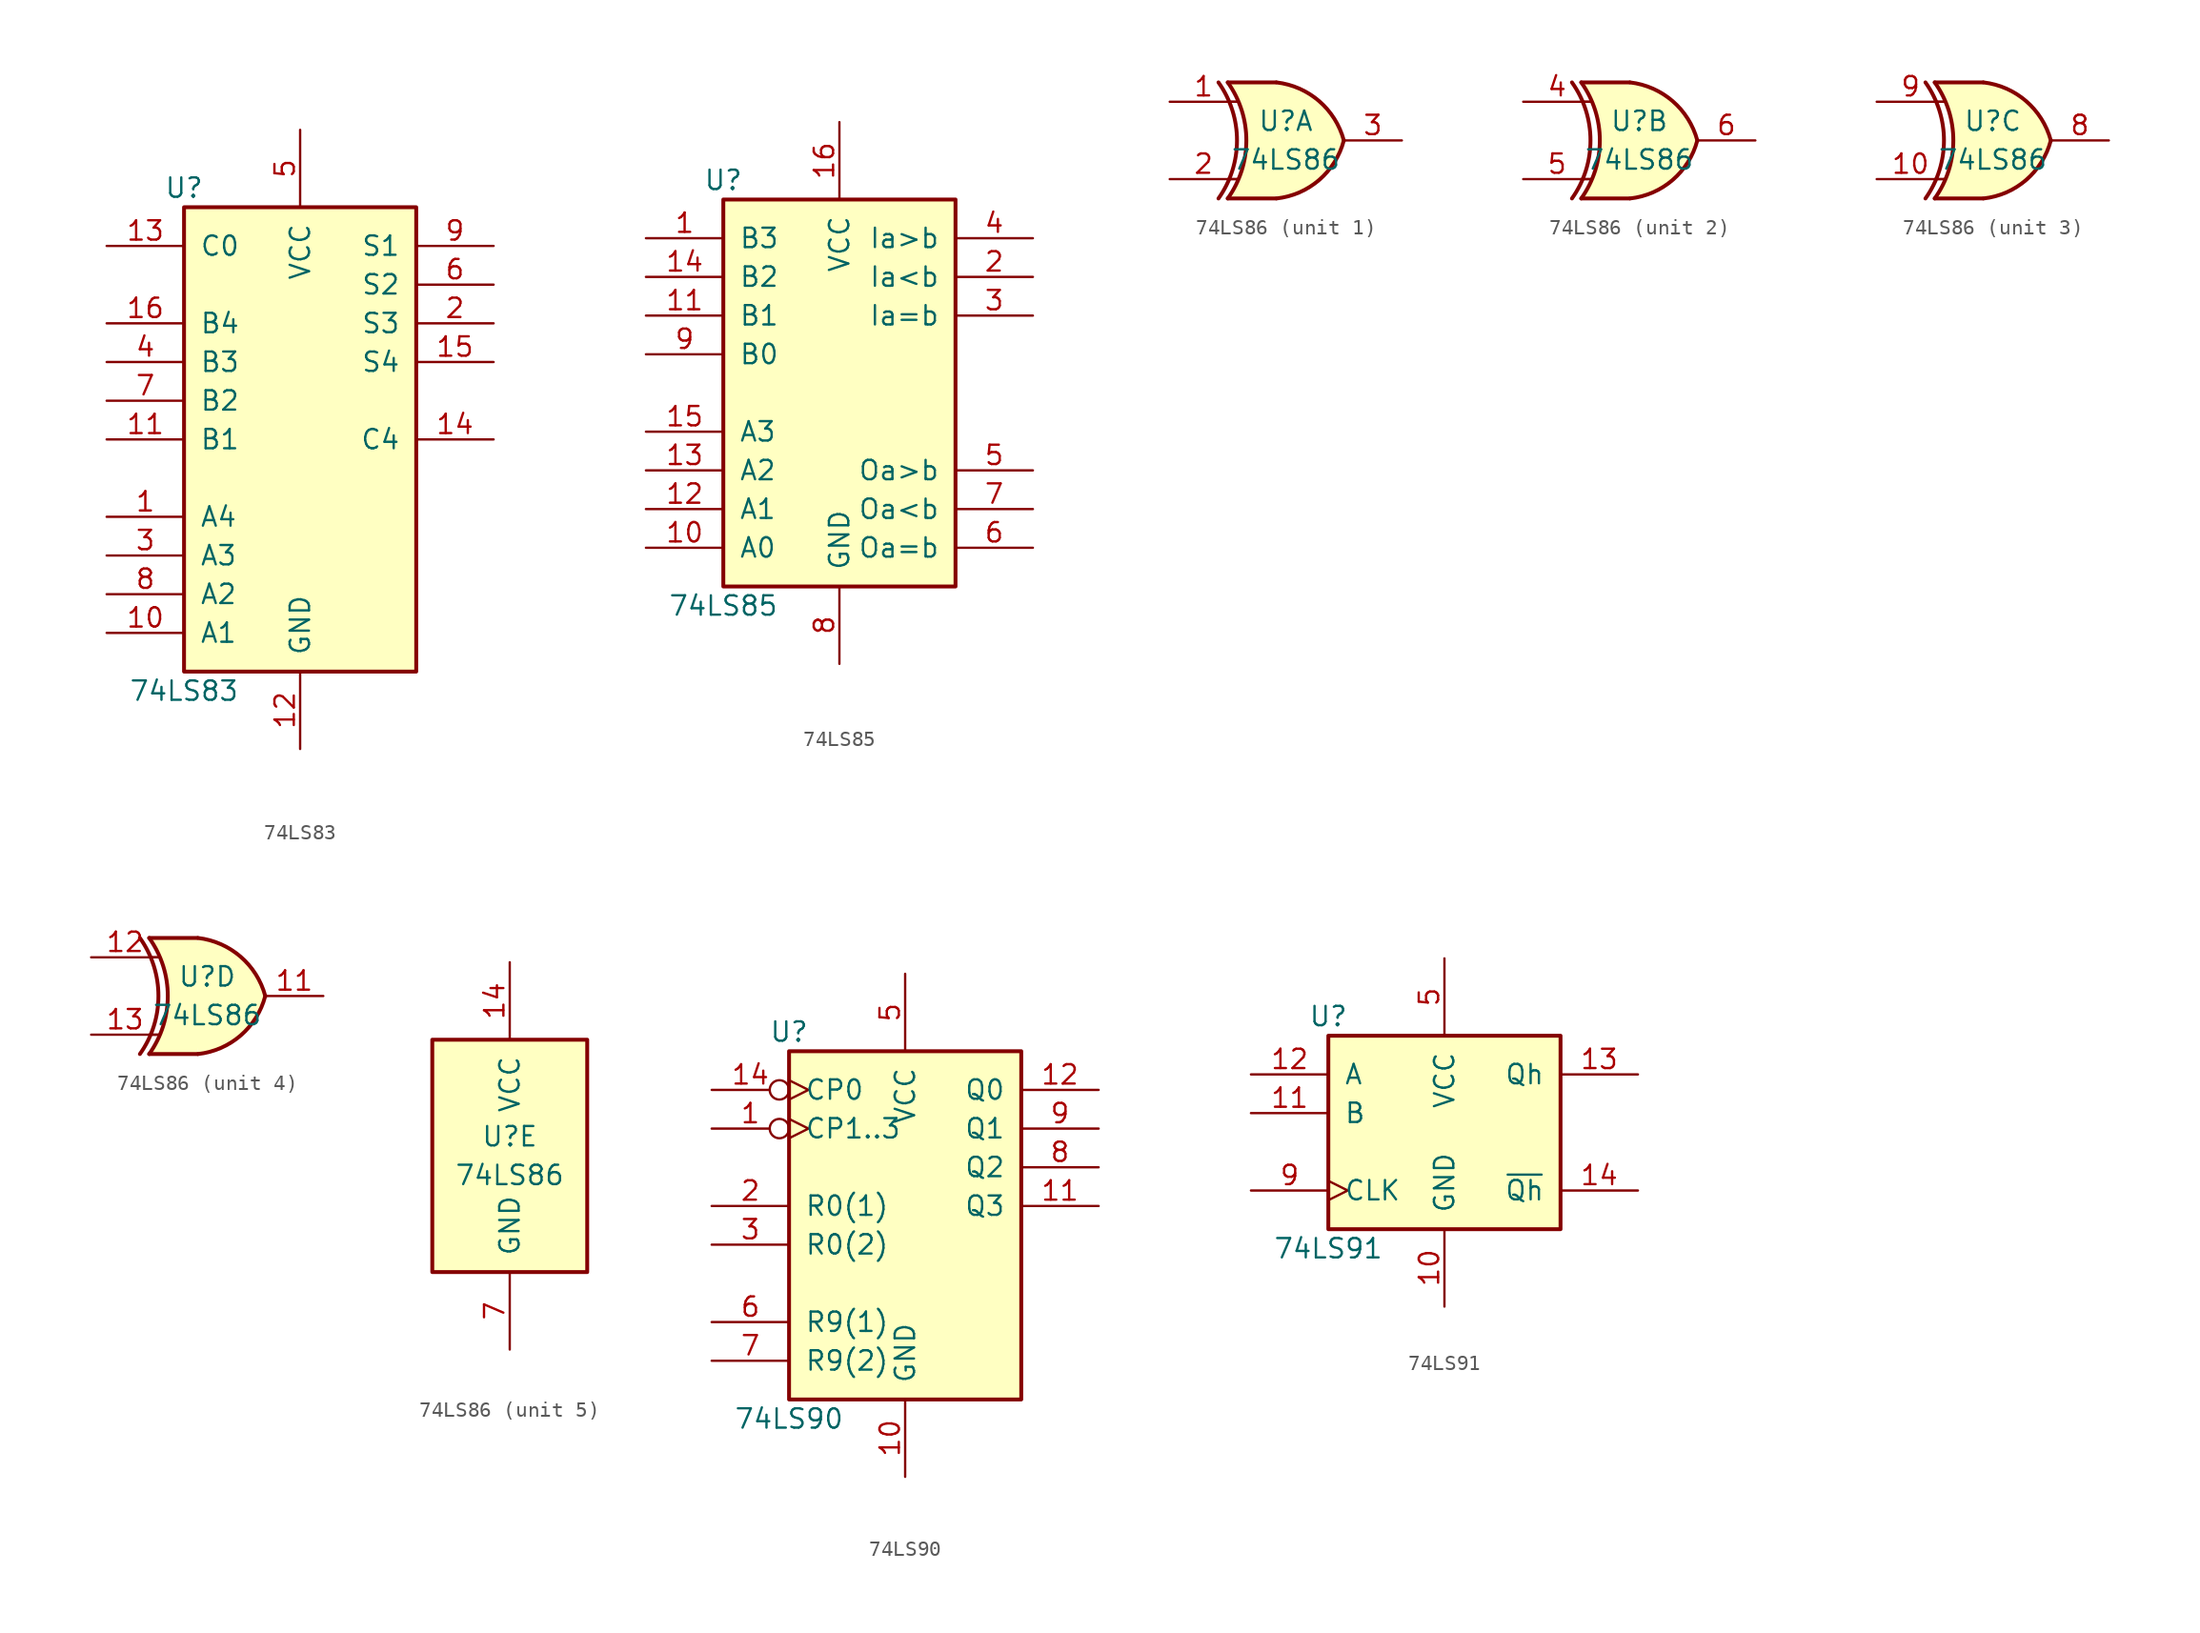
<source format=kicad_sym>
(kicad_symbol_lib
  (version 20201005)
  (generator kicad_symbol_editor)
  (symbol "74LS83"
    (pin_names
      (offset 1.016))
    (property "Reference" "U"
      (at -7.62 16.51 0)
      (effects (font (size 1.27 1.27))))
    (property "Value" "74LS83"
      (at -7.62 -16.51 0)
      (effects (font (size 1.27 1.27))))
    (property "ki_locked" ""
      (at 0 0 0)
      (effects (font (size 1.27 1.27))))
    (symbol "74LS83_1_0"
      (pin input line (at -12.7 -5.08 0) (length 5.08) (name "A4" (effects (font (size 1.27 1.27)))) (number "1" (effects (font (size 1.27 1.27)))))
      (pin input line (at -12.7 -12.7 0) (length 5.08) (name "A1" (effects (font (size 1.27 1.27)))) (number "10" (effects (font (size 1.27 1.27)))))
      (pin input line (at -12.7 0 0) (length 5.08) (name "B1" (effects (font (size 1.27 1.27)))) (number "11" (effects (font (size 1.27 1.27)))))
      (pin power_in line (at 0 -20.32 90) (length 5.08) (name "GND" (effects (font (size 1.27 1.27)))) (number "12" (effects (font (size 1.27 1.27)))))
      (pin input line (at -12.7 12.7 0) (length 5.08) (name "C0" (effects (font (size 1.27 1.27)))) (number "13" (effects (font (size 1.27 1.27)))))
      (pin output line (at 12.7 0 180) (length 5.08) (name "C4" (effects (font (size 1.27 1.27)))) (number "14" (effects (font (size 1.27 1.27)))))
      (pin output line (at 12.7 5.08 180) (length 5.08) (name "S4" (effects (font (size 1.27 1.27)))) (number "15" (effects (font (size 1.27 1.27)))))
      (pin input line (at -12.7 7.62 0) (length 5.08) (name "B4" (effects (font (size 1.27 1.27)))) (number "16" (effects (font (size 1.27 1.27)))))
      (pin output line (at 12.7 7.62 180) (length 5.08) (name "S3" (effects (font (size 1.27 1.27)))) (number "2" (effects (font (size 1.27 1.27)))))
      (pin input line (at -12.7 -7.62 0) (length 5.08) (name "A3" (effects (font (size 1.27 1.27)))) (number "3" (effects (font (size 1.27 1.27)))))
      (pin input line (at -12.7 5.08 0) (length 5.08) (name "B3" (effects (font (size 1.27 1.27)))) (number "4" (effects (font (size 1.27 1.27)))))
      (pin power_in line (at 0 20.32 270) (length 5.08) (name "VCC" (effects (font (size 1.27 1.27)))) (number "5" (effects (font (size 1.27 1.27)))))
      (pin output line (at 12.7 10.16 180) (length 5.08) (name "S2" (effects (font (size 1.27 1.27)))) (number "6" (effects (font (size 1.27 1.27)))))
      (pin input line (at -12.7 2.54 0) (length 5.08) (name "B2" (effects (font (size 1.27 1.27)))) (number "7" (effects (font (size 1.27 1.27)))))
      (pin input line (at -12.7 -10.16 0) (length 5.08) (name "A2" (effects (font (size 1.27 1.27)))) (number "8" (effects (font (size 1.27 1.27)))))
      (pin output line (at 12.7 12.7 180) (length 5.08) (name "S1" (effects (font (size 1.27 1.27)))) (number "9" (effects (font (size 1.27 1.27))))))
    (symbol "74LS83_1_1"
      (rectangle (start -7.62 15.24) (end 7.62 -15.24) (stroke (width 0.254)) (fill (type background)))))
  (symbol "74LS85"
    (pin_names
      (offset 1.016))
    (property "Reference" "U"
      (at -7.62 13.97 0)
      (effects (font (size 1.27 1.27))))
    (property "Value" "74LS85"
      (at -7.62 -13.97 0)
      (effects (font (size 1.27 1.27))))
    (property "ki_locked" ""
      (at 0 0 0)
      (effects (font (size 1.27 1.27))))
    (symbol "74LS85_1_0"
      (pin input line (at -12.7 10.16 0) (length 5.08) (name "B3" (effects (font (size 1.27 1.27)))) (number "1" (effects (font (size 1.27 1.27)))))
      (pin input line (at -12.7 -10.16 0) (length 5.08) (name "A0" (effects (font (size 1.27 1.27)))) (number "10" (effects (font (size 1.27 1.27)))))
      (pin input line (at -12.7 5.08 0) (length 5.08) (name "B1" (effects (font (size 1.27 1.27)))) (number "11" (effects (font (size 1.27 1.27)))))
      (pin input line (at -12.7 -7.62 0) (length 5.08) (name "A1" (effects (font (size 1.27 1.27)))) (number "12" (effects (font (size 1.27 1.27)))))
      (pin input line (at -12.7 -5.08 0) (length 5.08) (name "A2" (effects (font (size 1.27 1.27)))) (number "13" (effects (font (size 1.27 1.27)))))
      (pin input line (at -12.7 7.62 0) (length 5.08) (name "B2" (effects (font (size 1.27 1.27)))) (number "14" (effects (font (size 1.27 1.27)))))
      (pin input line (at -12.7 -2.54 0) (length 5.08) (name "A3" (effects (font (size 1.27 1.27)))) (number "15" (effects (font (size 1.27 1.27)))))
      (pin power_in line (at 0 17.78 270) (length 5.08) (name "VCC" (effects (font (size 1.27 1.27)))) (number "16" (effects (font (size 1.27 1.27)))))
      (pin input line (at 12.7 7.62 180) (length 5.08) (name "Ia<b" (effects (font (size 1.27 1.27)))) (number "2" (effects (font (size 1.27 1.27)))))
      (pin input line (at 12.7 5.08 180) (length 5.08) (name "Ia=b" (effects (font (size 1.27 1.27)))) (number "3" (effects (font (size 1.27 1.27)))))
      (pin input line (at 12.7 10.16 180) (length 5.08) (name "Ia>b" (effects (font (size 1.27 1.27)))) (number "4" (effects (font (size 1.27 1.27)))))
      (pin output line (at 12.7 -5.08 180) (length 5.08) (name "Oa>b" (effects (font (size 1.27 1.27)))) (number "5" (effects (font (size 1.27 1.27)))))
      (pin output line (at 12.7 -10.16 180) (length 5.08) (name "Oa=b" (effects (font (size 1.27 1.27)))) (number "6" (effects (font (size 1.27 1.27)))))
      (pin output line (at 12.7 -7.62 180) (length 5.08) (name "Oa<b" (effects (font (size 1.27 1.27)))) (number "7" (effects (font (size 1.27 1.27)))))
      (pin power_in line (at 0 -17.78 90) (length 5.08) (name "GND" (effects (font (size 1.27 1.27)))) (number "8" (effects (font (size 1.27 1.27)))))
      (pin input line (at -12.7 2.54 0) (length 5.08) (name "B0" (effects (font (size 1.27 1.27)))) (number "9" (effects (font (size 1.27 1.27))))))
    (symbol "74LS85_1_1"
      (rectangle (start -7.62 12.7) (end 7.62 -12.7) (stroke (width 0.254)) (fill (type background)))))
  (symbol "74LS86"
    (pin_names
      (offset 1.016))
    (property "Reference" "U"
      (at 0 1.27 0)
      (effects (font (size 1.27 1.27))))
    (property "Value" "74LS86"
      (at 0 -1.27 0)
      (effects (font (size 1.27 1.27))))
    (property "ki_locked" ""
      (at 0 0 0)
      (effects (font (size 1.27 1.27))))
    (symbol "74LS86_1_0"
      (arc (start -4.4196 3.81) (end -4.4196 -3.81) (radius (at -9.779 0) (length 6.5532) (angles 35.4 -35.4)) (stroke (width 0.254)) (fill (type none)))
      (arc (start -3.81 3.81) (end -3.81 -3.81) (radius (at -9.144 0) (length 6.5532) (angles 35.4 -35.4)) (stroke (width 0.254)) (fill (type none)))
      (arc (start 3.81 0) (end -0.6096 3.81) (radius (at -1.1938 -1.3208) (length 5.1816) (angles 15 83.7)) (stroke (width 0.254)) (fill (type background)))
      (arc (start 3.81 0) (end -0.6096 -3.81) (radius (at -1.1938 1.3208) (length 5.1816) (angles -15 -83.7)) (stroke (width 0.254)) (fill (type background)))
      (polyline (pts (xy -3.81 -3.81) (xy -0.635 -3.81)) (stroke (width 0.254)) (fill (type background)))
      (polyline (pts (xy -3.81 3.81) (xy -0.635 3.81)) (stroke (width 0.254)) (fill (type background)))
      (polyline (pts (xy -0.635 3.81) (xy -3.81 3.81) (xy -3.81 3.81) (xy -3.556 3.404) (xy -3.023 2.261) (xy -2.692 1.041) (xy -2.616 -0.254) (xy -2.769 -1.499) (xy -3.175 -2.718) (xy -3.81 -3.81) (xy -3.81 -3.81) (xy -0.635 -3.81)) (stroke (width -25.4)) (fill (type background)))
      (pin input line (at -7.62 2.54 0) (length 4.445) (name "~" (effects (font (size 1.27 1.27)))) (number "1" (effects (font (size 1.27 1.27)))))
      (pin input line (at -7.62 -2.54 0) (length 4.445) (name "~" (effects (font (size 1.27 1.27)))) (number "2" (effects (font (size 1.27 1.27)))))
      (pin output line (at 7.62 0 180) (length 3.81) (name "~" (effects (font (size 1.27 1.27)))) (number "3" (effects (font (size 1.27 1.27))))))
    (symbol "74LS86_1_1"
      (polyline (pts (xy -3.81 -2.54) (xy -3.175 -2.54)) (stroke (width 0.152)) (fill (type none)))
      (polyline (pts (xy -3.81 2.54) (xy -3.175 2.54)) (stroke (width 0.152)) (fill (type none))))
    (symbol "74LS86_2_0"
      (arc (start -4.4196 3.81) (end -4.4196 -3.81) (radius (at -9.779 0) (length 6.5532) (angles 35.4 -35.4)) (stroke (width 0.254)) (fill (type none)))
      (arc (start -3.81 3.81) (end -3.81 -3.81) (radius (at -9.144 0) (length 6.5532) (angles 35.4 -35.4)) (stroke (width 0.254)) (fill (type none)))
      (arc (start 3.81 0) (end -0.6096 3.81) (radius (at -1.1938 -1.3208) (length 5.1816) (angles 15 83.7)) (stroke (width 0.254)) (fill (type background)))
      (arc (start 3.81 0) (end -0.6096 -3.81) (radius (at -1.1938 1.3208) (length 5.1816) (angles -15 -83.7)) (stroke (width 0.254)) (fill (type background)))
      (polyline (pts (xy -3.81 -3.81) (xy -0.635 -3.81)) (stroke (width 0.254)) (fill (type background)))
      (polyline (pts (xy -3.81 3.81) (xy -0.635 3.81)) (stroke (width 0.254)) (fill (type background)))
      (polyline (pts (xy -0.635 3.81) (xy -3.81 3.81) (xy -3.81 3.81) (xy -3.556 3.404) (xy -3.023 2.261) (xy -2.692 1.041) (xy -2.616 -0.254) (xy -2.769 -1.499) (xy -3.175 -2.718) (xy -3.81 -3.81) (xy -3.81 -3.81) (xy -0.635 -3.81)) (stroke (width -25.4)) (fill (type background)))
      (pin input line (at -7.62 2.54 0) (length 4.445) (name "~" (effects (font (size 1.27 1.27)))) (number "4" (effects (font (size 1.27 1.27)))))
      (pin input line (at -7.62 -2.54 0) (length 4.445) (name "~" (effects (font (size 1.27 1.27)))) (number "5" (effects (font (size 1.27 1.27)))))
      (pin output line (at 7.62 0 180) (length 3.81) (name "~" (effects (font (size 1.27 1.27)))) (number "6" (effects (font (size 1.27 1.27))))))
    (symbol "74LS86_2_1"
      (polyline (pts (xy -3.81 -2.54) (xy -3.175 -2.54)) (stroke (width 0.152)) (fill (type none)))
      (polyline (pts (xy -3.81 2.54) (xy -3.175 2.54)) (stroke (width 0.152)) (fill (type none))))
    (symbol "74LS86_3_0"
      (arc (start -4.4196 3.81) (end -4.4196 -3.81) (radius (at -9.779 0) (length 6.5532) (angles 35.4 -35.4)) (stroke (width 0.254)) (fill (type none)))
      (arc (start -3.81 3.81) (end -3.81 -3.81) (radius (at -9.144 0) (length 6.5532) (angles 35.4 -35.4)) (stroke (width 0.254)) (fill (type none)))
      (arc (start 3.81 0) (end -0.6096 3.81) (radius (at -1.1938 -1.3208) (length 5.1816) (angles 15 83.7)) (stroke (width 0.254)) (fill (type background)))
      (arc (start 3.81 0) (end -0.6096 -3.81) (radius (at -1.1938 1.3208) (length 5.1816) (angles -15 -83.7)) (stroke (width 0.254)) (fill (type background)))
      (polyline (pts (xy -3.81 -3.81) (xy -0.635 -3.81)) (stroke (width 0.254)) (fill (type background)))
      (polyline (pts (xy -3.81 3.81) (xy -0.635 3.81)) (stroke (width 0.254)) (fill (type background)))
      (polyline (pts (xy -0.635 3.81) (xy -3.81 3.81) (xy -3.81 3.81) (xy -3.556 3.404) (xy -3.023 2.261) (xy -2.692 1.041) (xy -2.616 -0.254) (xy -2.769 -1.499) (xy -3.175 -2.718) (xy -3.81 -3.81) (xy -3.81 -3.81) (xy -0.635 -3.81)) (stroke (width -25.4)) (fill (type background)))
      (pin input line (at -7.62 -2.54 0) (length 4.445) (name "~" (effects (font (size 1.27 1.27)))) (number "10" (effects (font (size 1.27 1.27)))))
      (pin output line (at 7.62 0 180) (length 3.81) (name "~" (effects (font (size 1.27 1.27)))) (number "8" (effects (font (size 1.27 1.27)))))
      (pin input line (at -7.62 2.54 0) (length 4.445) (name "~" (effects (font (size 1.27 1.27)))) (number "9" (effects (font (size 1.27 1.27))))))
    (symbol "74LS86_3_1"
      (polyline (pts (xy -3.81 -2.54) (xy -3.175 -2.54)) (stroke (width 0.152)) (fill (type none)))
      (polyline (pts (xy -3.81 2.54) (xy -3.175 2.54)) (stroke (width 0.152)) (fill (type none))))
    (symbol "74LS86_4_0"
      (arc (start -4.4196 3.81) (end -4.4196 -3.81) (radius (at -9.779 0) (length 6.5532) (angles 35.4 -35.4)) (stroke (width 0.254)) (fill (type none)))
      (arc (start -3.81 3.81) (end -3.81 -3.81) (radius (at -9.144 0) (length 6.5532) (angles 35.4 -35.4)) (stroke (width 0.254)) (fill (type none)))
      (arc (start 3.81 0) (end -0.6096 3.81) (radius (at -1.1938 -1.3208) (length 5.1816) (angles 15 83.7)) (stroke (width 0.254)) (fill (type background)))
      (arc (start 3.81 0) (end -0.6096 -3.81) (radius (at -1.1938 1.3208) (length 5.1816) (angles -15 -83.7)) (stroke (width 0.254)) (fill (type background)))
      (polyline (pts (xy -3.81 -3.81) (xy -0.635 -3.81)) (stroke (width 0.254)) (fill (type background)))
      (polyline (pts (xy -3.81 3.81) (xy -0.635 3.81)) (stroke (width 0.254)) (fill (type background)))
      (polyline (pts (xy -0.635 3.81) (xy -3.81 3.81) (xy -3.81 3.81) (xy -3.556 3.404) (xy -3.023 2.261) (xy -2.692 1.041) (xy -2.616 -0.254) (xy -2.769 -1.499) (xy -3.175 -2.718) (xy -3.81 -3.81) (xy -3.81 -3.81) (xy -0.635 -3.81)) (stroke (width -25.4)) (fill (type background)))
      (pin output line (at 7.62 0 180) (length 3.81) (name "~" (effects (font (size 1.27 1.27)))) (number "11" (effects (font (size 1.27 1.27)))))
      (pin input line (at -7.62 2.54 0) (length 4.445) (name "~" (effects (font (size 1.27 1.27)))) (number "12" (effects (font (size 1.27 1.27)))))
      (pin input line (at -7.62 -2.54 0) (length 4.445) (name "~" (effects (font (size 1.27 1.27)))) (number "13" (effects (font (size 1.27 1.27))))))
    (symbol "74LS86_4_1"
      (polyline (pts (xy -3.81 -2.54) (xy -3.175 -2.54)) (stroke (width 0.152)) (fill (type none)))
      (polyline (pts (xy -3.81 2.54) (xy -3.175 2.54)) (stroke (width 0.152)) (fill (type none))))
    (symbol "74LS86_5_0"
      (pin power_in line (at 0 12.7 270) (length 5.08) (name "VCC" (effects (font (size 1.27 1.27)))) (number "14" (effects (font (size 1.27 1.27)))))
      (pin power_in line (at 0 -12.7 90) (length 5.08) (name "GND" (effects (font (size 1.27 1.27)))) (number "7" (effects (font (size 1.27 1.27))))))
    (symbol "74LS86_5_1"
      (rectangle (start -5.08 7.62) (end 5.08 -7.62) (stroke (width 0.254)) (fill (type background)))))
  (symbol "74LS90"
    (pin_names
      (offset 1.016))
    (property "Reference" "U"
      (at -7.62 11.43 0)
      (effects (font (size 1.27 1.27))))
    (property "Value" "74LS90"
      (at -7.62 -13.97 0)
      (effects (font (size 1.27 1.27))))
    (property "ki_locked" ""
      (at 0 0 0)
      (effects (font (size 1.27 1.27))))
    (symbol "74LS90_1_0"
      (pin input inverted_clock (at -12.7 5.08 0) (length 5.08) (name "CP1..3" (effects (font (size 1.27 1.27)))) (number "1" (effects (font (size 1.27 1.27)))))
      (pin power_in line (at 0 -17.78 90) (length 5.08) (name "GND" (effects (font (size 1.27 1.27)))) (number "10" (effects (font (size 1.27 1.27)))))
      (pin output line (at 12.7 0 180) (length 5.08) (name "Q3" (effects (font (size 1.27 1.27)))) (number "11" (effects (font (size 1.27 1.27)))))
      (pin output line (at 12.7 7.62 180) (length 5.08) (name "Q0" (effects (font (size 1.27 1.27)))) (number "12" (effects (font (size 1.27 1.27)))))
      (pin input inverted_clock (at -12.7 7.62 0) (length 5.08) (name "CP0" (effects (font (size 1.27 1.27)))) (number "14" (effects (font (size 1.27 1.27)))))
      (pin input line (at -12.7 0 0) (length 5.08) (name "R0(1)" (effects (font (size 1.27 1.27)))) (number "2" (effects (font (size 1.27 1.27)))))
      (pin input line (at -12.7 -2.54 0) (length 5.08) (name "R0(2)" (effects (font (size 1.27 1.27)))) (number "3" (effects (font (size 1.27 1.27)))))
      (pin power_in line (at 0 15.24 270) (length 5.08) (name "VCC" (effects (font (size 1.27 1.27)))) (number "5" (effects (font (size 1.27 1.27)))))
      (pin input line (at -12.7 -7.62 0) (length 5.08) (name "R9(1)" (effects (font (size 1.27 1.27)))) (number "6" (effects (font (size 1.27 1.27)))))
      (pin input line (at -12.7 -10.16 0) (length 5.08) (name "R9(2)" (effects (font (size 1.27 1.27)))) (number "7" (effects (font (size 1.27 1.27)))))
      (pin output line (at 12.7 2.54 180) (length 5.08) (name "Q2" (effects (font (size 1.27 1.27)))) (number "8" (effects (font (size 1.27 1.27)))))
      (pin output line (at 12.7 5.08 180) (length 5.08) (name "Q1" (effects (font (size 1.27 1.27)))) (number "9" (effects (font (size 1.27 1.27))))))
    (symbol "74LS90_1_1"
      (rectangle (start -7.62 10.16) (end 7.62 -12.7) (stroke (width 0.254)) (fill (type background)))))
  (symbol "74LS91"
    (pin_names
      (offset 1.016))
    (property "Reference" "U"
      (at -7.62 6.35 0)
      (effects (font (size 1.27 1.27))))
    (property "Value" "74LS91"
      (at -7.62 -8.89 0)
      (effects (font (size 1.27 1.27))))
    (property "ki_locked" ""
      (at 0 0 0)
      (effects (font (size 1.27 1.27))))
    (symbol "74LS91_1_0"
      (pin power_in line (at 0 -12.7 90) (length 5.08) (name "GND" (effects (font (size 1.27 1.27)))) (number "10" (effects (font (size 1.27 1.27)))))
      (pin input line (at -12.7 0 0) (length 5.08) (name "B" (effects (font (size 1.27 1.27)))) (number "11" (effects (font (size 1.27 1.27)))))
      (pin input line (at -12.7 2.54 0) (length 5.08) (name "A" (effects (font (size 1.27 1.27)))) (number "12" (effects (font (size 1.27 1.27)))))
      (pin output line (at 12.7 2.54 180) (length 5.08) (name "Qh" (effects (font (size 1.27 1.27)))) (number "13" (effects (font (size 1.27 1.27)))))
      (pin output line (at 12.7 -5.08 180) (length 5.08) (name "~Qh" (effects (font (size 1.27 1.27)))) (number "14" (effects (font (size 1.27 1.27)))))
      (pin power_in line (at 0 10.16 270) (length 5.08) (name "VCC" (effects (font (size 1.27 1.27)))) (number "5" (effects (font (size 1.27 1.27)))))
      (pin input clock (at -12.7 -5.08 0) (length 5.08) (name "CLK" (effects (font (size 1.27 1.27)))) (number "9" (effects (font (size 1.27 1.27))))))
    (symbol "74LS91_1_1"
      (rectangle (start -7.62 5.08) (end 7.62 -7.62) (stroke (width 0.254)) (fill (type background))))))
</source>
